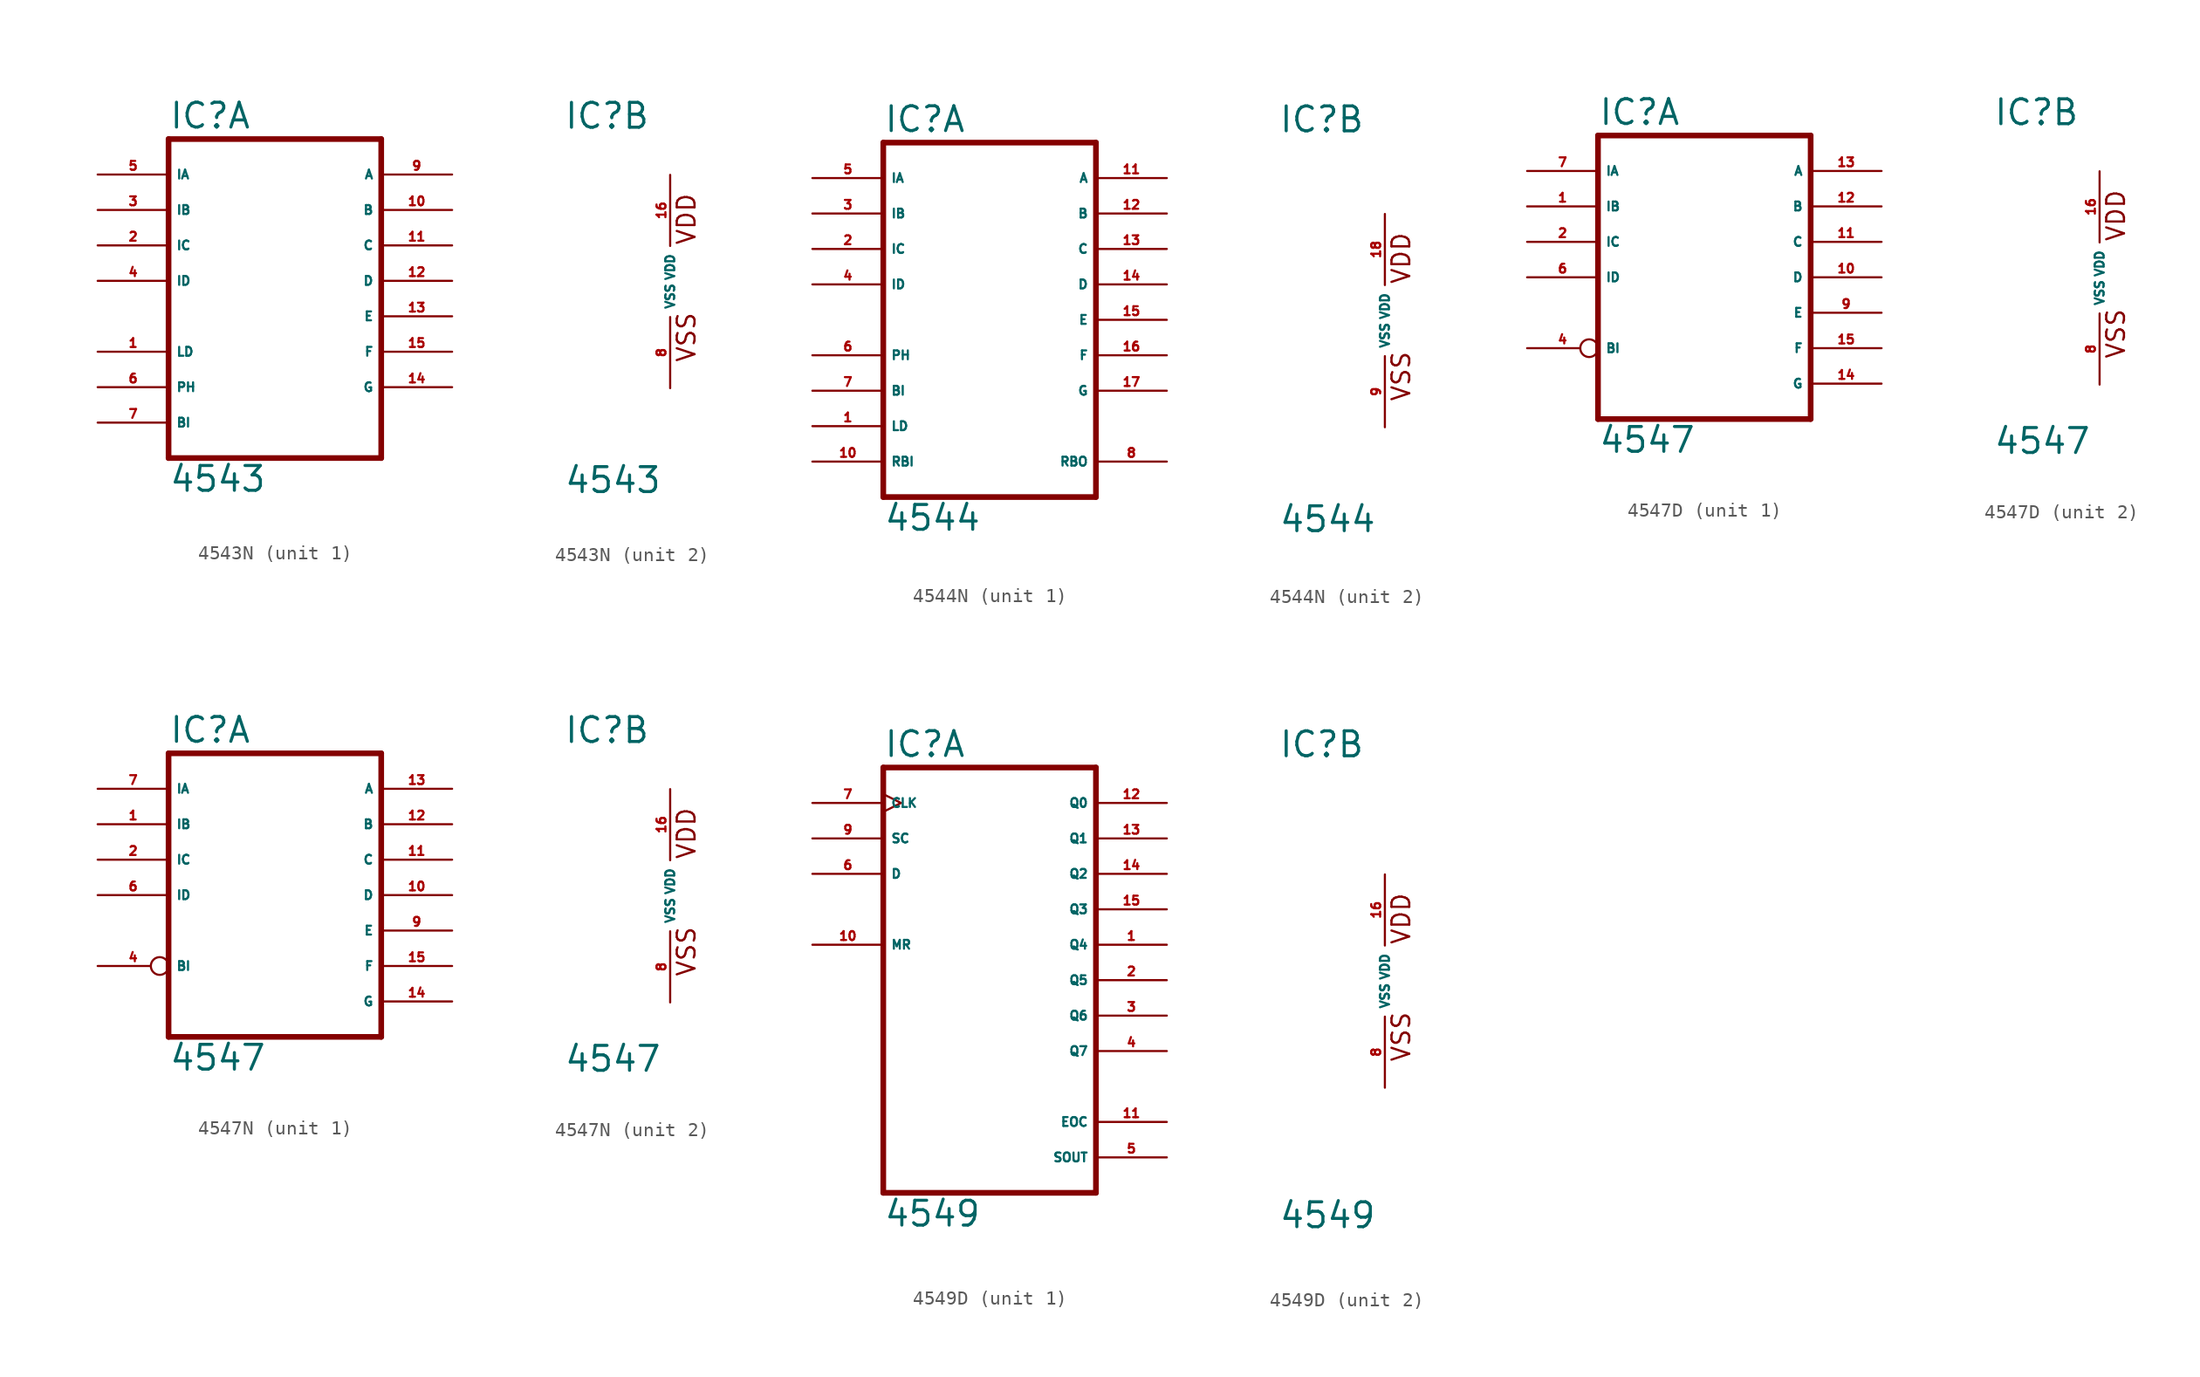
<source format=kicad_sym>
(kicad_symbol_lib
  (version 20220914)
  (generator Eagle2Kicad)
  (symbol "4543N"
    (property "Reference" "IC"
      (at -7.62 10.795 0)
      (effects (font (size 1.778 1.778) (thickness 0.22)) (justify left bottom)))
    (property "Value" "4543"
      (at -7.62 -15.24 0)
      (effects (font (size 1.778 1.778) (thickness 0.22)) (justify left bottom)))
    (symbol "4543N_1_0"
      (polyline (pts (xy -7.62 -12.7) (xy 7.62 -12.7)) (stroke (width 0.406) (type default)) (fill (type none)))
      (polyline (pts (xy 7.62 -12.7) (xy 7.62 10.16)) (stroke (width 0.406) (type default)) (fill (type none)))
      (polyline (pts (xy 7.62 10.16) (xy -7.62 10.16)) (stroke (width 0.406) (type default)) (fill (type none)))
      (polyline (pts (xy -7.62 10.16) (xy -7.62 -12.7)) (stroke (width 0.406) (type default)) (fill (type none)))
      (pin input line (at -12.7 -5.08 0) (length 5.08) (name "LD" (effects (font (size 0.635 0.635) (thickness 0.08)) (justify left bottom))) (number "1" (effects (font (size 0.635 0.635) (thickness 0.08)) (justify left bottom))))
      (pin input line (at -12.7 2.54 0) (length 5.08) (name "IC" (effects (font (size 0.635 0.635) (thickness 0.08)) (justify left bottom))) (number "2" (effects (font (size 0.635 0.635) (thickness 0.08)) (justify left bottom))))
      (pin input line (at -12.7 5.08 0) (length 5.08) (name "IB" (effects (font (size 0.635 0.635) (thickness 0.08)) (justify left bottom))) (number "3" (effects (font (size 0.635 0.635) (thickness 0.08)) (justify left bottom))))
      (pin input line (at -12.7 0 0) (length 5.08) (name "ID" (effects (font (size 0.635 0.635) (thickness 0.08)) (justify left bottom))) (number "4" (effects (font (size 0.635 0.635) (thickness 0.08)) (justify left bottom))))
      (pin input line (at -12.7 7.62 0) (length 5.08) (name "IA" (effects (font (size 0.635 0.635) (thickness 0.08)) (justify left bottom))) (number "5" (effects (font (size 0.635 0.635) (thickness 0.08)) (justify left bottom))))
      (pin input line (at -12.7 -7.62 0) (length 5.08) (name "PH" (effects (font (size 0.635 0.635) (thickness 0.08)) (justify left bottom))) (number "6" (effects (font (size 0.635 0.635) (thickness 0.08)) (justify left bottom))))
      (pin input line (at -12.7 -10.16 0) (length 5.08) (name "BI" (effects (font (size 0.635 0.635) (thickness 0.08)) (justify left bottom))) (number "7" (effects (font (size 0.635 0.635) (thickness 0.08)) (justify left bottom))))
      (pin output line (at 12.7 7.62 180) (length 5.08) (name "A" (effects (font (size 0.635 0.635) (thickness 0.08)) (justify left bottom))) (number "9" (effects (font (size 0.635 0.635) (thickness 0.08)) (justify left bottom))))
      (pin output line (at 12.7 5.08 180) (length 5.08) (name "B" (effects (font (size 0.635 0.635) (thickness 0.08)) (justify left bottom))) (number "10" (effects (font (size 0.635 0.635) (thickness 0.08)) (justify left bottom))))
      (pin output line (at 12.7 2.54 180) (length 5.08) (name "C" (effects (font (size 0.635 0.635) (thickness 0.08)) (justify left bottom))) (number "11" (effects (font (size 0.635 0.635) (thickness 0.08)) (justify left bottom))))
      (pin output line (at 12.7 0 180) (length 5.08) (name "D" (effects (font (size 0.635 0.635) (thickness 0.08)) (justify left bottom))) (number "12" (effects (font (size 0.635 0.635) (thickness 0.08)) (justify left bottom))))
      (pin output line (at 12.7 -2.54 180) (length 5.08) (name "E" (effects (font (size 0.635 0.635) (thickness 0.08)) (justify left bottom))) (number "13" (effects (font (size 0.635 0.635) (thickness 0.08)) (justify left bottom))))
      (pin output line (at 12.7 -7.62 180) (length 5.08) (name "G" (effects (font (size 0.635 0.635) (thickness 0.08)) (justify left bottom))) (number "14" (effects (font (size 0.635 0.635) (thickness 0.08)) (justify left bottom))))
      (pin output line (at 12.7 -5.08 180) (length 5.08) (name "F" (effects (font (size 0.635 0.635) (thickness 0.08)) (justify left bottom))) (number "15" (effects (font (size 0.635 0.635) (thickness 0.08)) (justify left bottom)))))
    (symbol "4543N_2_0"
      (text "VDD" (at 1.905 2.54 900) (effects (font (size 1.27 1.27) (thickness 0.16)) (justify left bottom)))
      (text "VSS" (at 1.905 -5.842 900) (effects (font (size 1.27 1.27) (thickness 0.16)) (justify left bottom)))
      (pin unspecified line (at 0 -7.62 90) (length 5.08) (name "VSS" (effects (font (size 0.635 0.635) (thickness 0.08)) (justify left bottom))) (number "8" (effects (font (size 0.635 0.635) (thickness 0.08)) (justify left bottom))))
      (pin unspecified line (at 0 7.62 270) (length 5.08) (name "VDD" (effects (font (size 0.635 0.635) (thickness 0.08)) (justify left bottom))) (number "16" (effects (font (size 0.635 0.635) (thickness 0.08)) (justify left bottom))))))
  (symbol "4544N"
    (property "Reference" "IC"
      (at -7.62 13.335 0)
      (effects (font (size 1.778 1.778) (thickness 0.22)) (justify left bottom)))
    (property "Value" "4544"
      (at -7.62 -15.24 0)
      (effects (font (size 1.778 1.778) (thickness 0.22)) (justify left bottom)))
    (symbol "4544N_1_0"
      (polyline (pts (xy -7.62 -12.7) (xy 7.62 -12.7)) (stroke (width 0.406) (type default)) (fill (type none)))
      (polyline (pts (xy 7.62 -12.7) (xy 7.62 12.7)) (stroke (width 0.406) (type default)) (fill (type none)))
      (polyline (pts (xy 7.62 12.7) (xy -7.62 12.7)) (stroke (width 0.406) (type default)) (fill (type none)))
      (polyline (pts (xy -7.62 12.7) (xy -7.62 -12.7)) (stroke (width 0.406) (type default)) (fill (type none)))
      (pin input line (at -12.7 -7.62 0) (length 5.08) (name "LD" (effects (font (size 0.635 0.635) (thickness 0.08)) (justify left bottom))) (number "1" (effects (font (size 0.635 0.635) (thickness 0.08)) (justify left bottom))))
      (pin input line (at -12.7 5.08 0) (length 5.08) (name "IC" (effects (font (size 0.635 0.635) (thickness 0.08)) (justify left bottom))) (number "2" (effects (font (size 0.635 0.635) (thickness 0.08)) (justify left bottom))))
      (pin input line (at -12.7 7.62 0) (length 5.08) (name "IB" (effects (font (size 0.635 0.635) (thickness 0.08)) (justify left bottom))) (number "3" (effects (font (size 0.635 0.635) (thickness 0.08)) (justify left bottom))))
      (pin input line (at -12.7 2.54 0) (length 5.08) (name "ID" (effects (font (size 0.635 0.635) (thickness 0.08)) (justify left bottom))) (number "4" (effects (font (size 0.635 0.635) (thickness 0.08)) (justify left bottom))))
      (pin input line (at -12.7 10.16 0) (length 5.08) (name "IA" (effects (font (size 0.635 0.635) (thickness 0.08)) (justify left bottom))) (number "5" (effects (font (size 0.635 0.635) (thickness 0.08)) (justify left bottom))))
      (pin input line (at -12.7 -2.54 0) (length 5.08) (name "PH" (effects (font (size 0.635 0.635) (thickness 0.08)) (justify left bottom))) (number "6" (effects (font (size 0.635 0.635) (thickness 0.08)) (justify left bottom))))
      (pin input line (at -12.7 -5.08 0) (length 5.08) (name "BI" (effects (font (size 0.635 0.635) (thickness 0.08)) (justify left bottom))) (number "7" (effects (font (size 0.635 0.635) (thickness 0.08)) (justify left bottom))))
      (pin output line (at 12.7 -10.16 180) (length 5.08) (name "RBO" (effects (font (size 0.635 0.635) (thickness 0.08)) (justify left bottom))) (number "8" (effects (font (size 0.635 0.635) (thickness 0.08)) (justify left bottom))))
      (pin input line (at -12.7 -10.16 0) (length 5.08) (name "RBI" (effects (font (size 0.635 0.635) (thickness 0.08)) (justify left bottom))) (number "10" (effects (font (size 0.635 0.635) (thickness 0.08)) (justify left bottom))))
      (pin output line (at 12.7 10.16 180) (length 5.08) (name "A" (effects (font (size 0.635 0.635) (thickness 0.08)) (justify left bottom))) (number "11" (effects (font (size 0.635 0.635) (thickness 0.08)) (justify left bottom))))
      (pin output line (at 12.7 7.62 180) (length 5.08) (name "B" (effects (font (size 0.635 0.635) (thickness 0.08)) (justify left bottom))) (number "12" (effects (font (size 0.635 0.635) (thickness 0.08)) (justify left bottom))))
      (pin output line (at 12.7 5.08 180) (length 5.08) (name "C" (effects (font (size 0.635 0.635) (thickness 0.08)) (justify left bottom))) (number "13" (effects (font (size 0.635 0.635) (thickness 0.08)) (justify left bottom))))
      (pin output line (at 12.7 2.54 180) (length 5.08) (name "D" (effects (font (size 0.635 0.635) (thickness 0.08)) (justify left bottom))) (number "14" (effects (font (size 0.635 0.635) (thickness 0.08)) (justify left bottom))))
      (pin output line (at 12.7 0 180) (length 5.08) (name "E" (effects (font (size 0.635 0.635) (thickness 0.08)) (justify left bottom))) (number "15" (effects (font (size 0.635 0.635) (thickness 0.08)) (justify left bottom))))
      (pin output line (at 12.7 -2.54 180) (length 5.08) (name "F" (effects (font (size 0.635 0.635) (thickness 0.08)) (justify left bottom))) (number "16" (effects (font (size 0.635 0.635) (thickness 0.08)) (justify left bottom))))
      (pin output line (at 12.7 -5.08 180) (length 5.08) (name "G" (effects (font (size 0.635 0.635) (thickness 0.08)) (justify left bottom))) (number "17" (effects (font (size 0.635 0.635) (thickness 0.08)) (justify left bottom)))))
    (symbol "4544N_2_0"
      (text "VDD" (at 1.905 2.54 900) (effects (font (size 1.27 1.27) (thickness 0.16)) (justify left bottom)))
      (text "VSS" (at 1.905 -5.842 900) (effects (font (size 1.27 1.27) (thickness 0.16)) (justify left bottom)))
      (pin unspecified line (at 0 -7.62 90) (length 5.08) (name "VSS" (effects (font (size 0.635 0.635) (thickness 0.08)) (justify left bottom))) (number "9" (effects (font (size 0.635 0.635) (thickness 0.08)) (justify left bottom))))
      (pin unspecified line (at 0 7.62 270) (length 5.08) (name "VDD" (effects (font (size 0.635 0.635) (thickness 0.08)) (justify left bottom))) (number "18" (effects (font (size 0.635 0.635) (thickness 0.08)) (justify left bottom))))))
  (symbol "4547D"
    (property "Reference" "IC"
      (at -7.62 10.795 0)
      (effects (font (size 1.778 1.778) (thickness 0.22)) (justify left bottom)))
    (property "Value" "4547"
      (at -7.62 -12.7 0)
      (effects (font (size 1.778 1.778) (thickness 0.22)) (justify left bottom)))
    (symbol "4547D_1_0"
      (polyline (pts (xy -7.62 -10.16) (xy 7.62 -10.16)) (stroke (width 0.406) (type default)) (fill (type none)))
      (polyline (pts (xy 7.62 -10.16) (xy 7.62 10.16)) (stroke (width 0.406) (type default)) (fill (type none)))
      (polyline (pts (xy 7.62 10.16) (xy -7.62 10.16)) (stroke (width 0.406) (type default)) (fill (type none)))
      (polyline (pts (xy -7.62 10.16) (xy -7.62 -10.16)) (stroke (width 0.406) (type default)) (fill (type none)))
      (pin input line (at -12.7 5.08 0) (length 5.08) (name "IB" (effects (font (size 0.635 0.635) (thickness 0.08)) (justify left bottom))) (number "1" (effects (font (size 0.635 0.635) (thickness 0.08)) (justify left bottom))))
      (pin input line (at -12.7 2.54 0) (length 5.08) (name "IC" (effects (font (size 0.635 0.635) (thickness 0.08)) (justify left bottom))) (number "2" (effects (font (size 0.635 0.635) (thickness 0.08)) (justify left bottom))))
      (pin input inverted (at -12.7 -5.08 0) (length 5.08) (name "BI" (effects (font (size 0.635 0.635) (thickness 0.08)) (justify left bottom))) (number "4" (effects (font (size 0.635 0.635) (thickness 0.08)) (justify left bottom))))
      (pin input line (at -12.7 0 0) (length 5.08) (name "ID" (effects (font (size 0.635 0.635) (thickness 0.08)) (justify left bottom))) (number "6" (effects (font (size 0.635 0.635) (thickness 0.08)) (justify left bottom))))
      (pin input line (at -12.7 7.62 0) (length 5.08) (name "IA" (effects (font (size 0.635 0.635) (thickness 0.08)) (justify left bottom))) (number "7" (effects (font (size 0.635 0.635) (thickness 0.08)) (justify left bottom))))
      (pin output line (at 12.7 -2.54 180) (length 5.08) (name "E" (effects (font (size 0.635 0.635) (thickness 0.08)) (justify left bottom))) (number "9" (effects (font (size 0.635 0.635) (thickness 0.08)) (justify left bottom))))
      (pin output line (at 12.7 0 180) (length 5.08) (name "D" (effects (font (size 0.635 0.635) (thickness 0.08)) (justify left bottom))) (number "10" (effects (font (size 0.635 0.635) (thickness 0.08)) (justify left bottom))))
      (pin output line (at 12.7 2.54 180) (length 5.08) (name "C" (effects (font (size 0.635 0.635) (thickness 0.08)) (justify left bottom))) (number "11" (effects (font (size 0.635 0.635) (thickness 0.08)) (justify left bottom))))
      (pin output line (at 12.7 5.08 180) (length 5.08) (name "B" (effects (font (size 0.635 0.635) (thickness 0.08)) (justify left bottom))) (number "12" (effects (font (size 0.635 0.635) (thickness 0.08)) (justify left bottom))))
      (pin output line (at 12.7 7.62 180) (length 5.08) (name "A" (effects (font (size 0.635 0.635) (thickness 0.08)) (justify left bottom))) (number "13" (effects (font (size 0.635 0.635) (thickness 0.08)) (justify left bottom))))
      (pin output line (at 12.7 -7.62 180) (length 5.08) (name "G" (effects (font (size 0.635 0.635) (thickness 0.08)) (justify left bottom))) (number "14" (effects (font (size 0.635 0.635) (thickness 0.08)) (justify left bottom))))
      (pin output line (at 12.7 -5.08 180) (length 5.08) (name "F" (effects (font (size 0.635 0.635) (thickness 0.08)) (justify left bottom))) (number "15" (effects (font (size 0.635 0.635) (thickness 0.08)) (justify left bottom)))))
    (symbol "4547D_2_0"
      (text "VDD" (at 1.905 2.54 900) (effects (font (size 1.27 1.27) (thickness 0.16)) (justify left bottom)))
      (text "VSS" (at 1.905 -5.842 900) (effects (font (size 1.27 1.27) (thickness 0.16)) (justify left bottom)))
      (pin unspecified line (at 0 -7.62 90) (length 5.08) (name "VSS" (effects (font (size 0.635 0.635) (thickness 0.08)) (justify left bottom))) (number "8" (effects (font (size 0.635 0.635) (thickness 0.08)) (justify left bottom))))
      (pin unspecified line (at 0 7.62 270) (length 5.08) (name "VDD" (effects (font (size 0.635 0.635) (thickness 0.08)) (justify left bottom))) (number "16" (effects (font (size 0.635 0.635) (thickness 0.08)) (justify left bottom))))))
  (symbol "4547N"
    (property "Reference" "IC"
      (at -7.62 10.795 0)
      (effects (font (size 1.778 1.778) (thickness 0.22)) (justify left bottom)))
    (property "Value" "4547"
      (at -7.62 -12.7 0)
      (effects (font (size 1.778 1.778) (thickness 0.22)) (justify left bottom)))
    (symbol "4547N_1_0"
      (polyline (pts (xy -7.62 -10.16) (xy 7.62 -10.16)) (stroke (width 0.406) (type default)) (fill (type none)))
      (polyline (pts (xy 7.62 -10.16) (xy 7.62 10.16)) (stroke (width 0.406) (type default)) (fill (type none)))
      (polyline (pts (xy 7.62 10.16) (xy -7.62 10.16)) (stroke (width 0.406) (type default)) (fill (type none)))
      (polyline (pts (xy -7.62 10.16) (xy -7.62 -10.16)) (stroke (width 0.406) (type default)) (fill (type none)))
      (pin input line (at -12.7 5.08 0) (length 5.08) (name "IB" (effects (font (size 0.635 0.635) (thickness 0.08)) (justify left bottom))) (number "1" (effects (font (size 0.635 0.635) (thickness 0.08)) (justify left bottom))))
      (pin input line (at -12.7 2.54 0) (length 5.08) (name "IC" (effects (font (size 0.635 0.635) (thickness 0.08)) (justify left bottom))) (number "2" (effects (font (size 0.635 0.635) (thickness 0.08)) (justify left bottom))))
      (pin input inverted (at -12.7 -5.08 0) (length 5.08) (name "BI" (effects (font (size 0.635 0.635) (thickness 0.08)) (justify left bottom))) (number "4" (effects (font (size 0.635 0.635) (thickness 0.08)) (justify left bottom))))
      (pin input line (at -12.7 0 0) (length 5.08) (name "ID" (effects (font (size 0.635 0.635) (thickness 0.08)) (justify left bottom))) (number "6" (effects (font (size 0.635 0.635) (thickness 0.08)) (justify left bottom))))
      (pin input line (at -12.7 7.62 0) (length 5.08) (name "IA" (effects (font (size 0.635 0.635) (thickness 0.08)) (justify left bottom))) (number "7" (effects (font (size 0.635 0.635) (thickness 0.08)) (justify left bottom))))
      (pin output line (at 12.7 -2.54 180) (length 5.08) (name "E" (effects (font (size 0.635 0.635) (thickness 0.08)) (justify left bottom))) (number "9" (effects (font (size 0.635 0.635) (thickness 0.08)) (justify left bottom))))
      (pin output line (at 12.7 0 180) (length 5.08) (name "D" (effects (font (size 0.635 0.635) (thickness 0.08)) (justify left bottom))) (number "10" (effects (font (size 0.635 0.635) (thickness 0.08)) (justify left bottom))))
      (pin output line (at 12.7 2.54 180) (length 5.08) (name "C" (effects (font (size 0.635 0.635) (thickness 0.08)) (justify left bottom))) (number "11" (effects (font (size 0.635 0.635) (thickness 0.08)) (justify left bottom))))
      (pin output line (at 12.7 5.08 180) (length 5.08) (name "B" (effects (font (size 0.635 0.635) (thickness 0.08)) (justify left bottom))) (number "12" (effects (font (size 0.635 0.635) (thickness 0.08)) (justify left bottom))))
      (pin output line (at 12.7 7.62 180) (length 5.08) (name "A" (effects (font (size 0.635 0.635) (thickness 0.08)) (justify left bottom))) (number "13" (effects (font (size 0.635 0.635) (thickness 0.08)) (justify left bottom))))
      (pin output line (at 12.7 -7.62 180) (length 5.08) (name "G" (effects (font (size 0.635 0.635) (thickness 0.08)) (justify left bottom))) (number "14" (effects (font (size 0.635 0.635) (thickness 0.08)) (justify left bottom))))
      (pin output line (at 12.7 -5.08 180) (length 5.08) (name "F" (effects (font (size 0.635 0.635) (thickness 0.08)) (justify left bottom))) (number "15" (effects (font (size 0.635 0.635) (thickness 0.08)) (justify left bottom)))))
    (symbol "4547N_2_0"
      (text "VDD" (at 1.905 2.54 900) (effects (font (size 1.27 1.27) (thickness 0.16)) (justify left bottom)))
      (text "VSS" (at 1.905 -5.842 900) (effects (font (size 1.27 1.27) (thickness 0.16)) (justify left bottom)))
      (pin unspecified line (at 0 -7.62 90) (length 5.08) (name "VSS" (effects (font (size 0.635 0.635) (thickness 0.08)) (justify left bottom))) (number "8" (effects (font (size 0.635 0.635) (thickness 0.08)) (justify left bottom))))
      (pin unspecified line (at 0 7.62 270) (length 5.08) (name "VDD" (effects (font (size 0.635 0.635) (thickness 0.08)) (justify left bottom))) (number "16" (effects (font (size 0.635 0.635) (thickness 0.08)) (justify left bottom))))))
  (symbol "4549D"
    (property "Reference" "IC"
      (at -7.62 15.875 0)
      (effects (font (size 1.778 1.778) (thickness 0.22)) (justify left bottom)))
    (property "Value" "4549"
      (at -7.62 -17.78 0)
      (effects (font (size 1.778 1.778) (thickness 0.22)) (justify left bottom)))
    (symbol "4549D_1_0"
      (polyline (pts (xy -7.62 -15.24) (xy 7.62 -15.24)) (stroke (width 0.406) (type default)) (fill (type none)))
      (polyline (pts (xy 7.62 -15.24) (xy 7.62 15.24)) (stroke (width 0.406) (type default)) (fill (type none)))
      (polyline (pts (xy 7.62 15.24) (xy -7.62 15.24)) (stroke (width 0.406) (type default)) (fill (type none)))
      (polyline (pts (xy -7.62 15.24) (xy -7.62 -15.24)) (stroke (width 0.406) (type default)) (fill (type none)))
      (pin output line (at 12.7 2.54 180) (length 5.08) (name "Q4" (effects (font (size 0.635 0.635) (thickness 0.08)) (justify left bottom))) (number "1" (effects (font (size 0.635 0.635) (thickness 0.08)) (justify left bottom))))
      (pin output line (at 12.7 0 180) (length 5.08) (name "Q5" (effects (font (size 0.635 0.635) (thickness 0.08)) (justify left bottom))) (number "2" (effects (font (size 0.635 0.635) (thickness 0.08)) (justify left bottom))))
      (pin output line (at 12.7 -2.54 180) (length 5.08) (name "Q6" (effects (font (size 0.635 0.635) (thickness 0.08)) (justify left bottom))) (number "3" (effects (font (size 0.635 0.635) (thickness 0.08)) (justify left bottom))))
      (pin output line (at 12.7 -5.08 180) (length 5.08) (name "Q7" (effects (font (size 0.635 0.635) (thickness 0.08)) (justify left bottom))) (number "4" (effects (font (size 0.635 0.635) (thickness 0.08)) (justify left bottom))))
      (pin output line (at 12.7 -12.7 180) (length 5.08) (name "SOUT" (effects (font (size 0.635 0.635) (thickness 0.08)) (justify left bottom))) (number "5" (effects (font (size 0.635 0.635) (thickness 0.08)) (justify left bottom))))
      (pin input line (at -12.7 7.62 0) (length 5.08) (name "D" (effects (font (size 0.635 0.635) (thickness 0.08)) (justify left bottom))) (number "6" (effects (font (size 0.635 0.635) (thickness 0.08)) (justify left bottom))))
      (pin input clock (at -12.7 12.7 0) (length 5.08) (name "CLK" (effects (font (size 0.635 0.635) (thickness 0.08)) (justify left bottom))) (number "7" (effects (font (size 0.635 0.635) (thickness 0.08)) (justify left bottom))))
      (pin input line (at -12.7 10.16 0) (length 5.08) (name "SC" (effects (font (size 0.635 0.635) (thickness 0.08)) (justify left bottom))) (number "9" (effects (font (size 0.635 0.635) (thickness 0.08)) (justify left bottom))))
      (pin input line (at -12.7 2.54 0) (length 5.08) (name "MR" (effects (font (size 0.635 0.635) (thickness 0.08)) (justify left bottom))) (number "10" (effects (font (size 0.635 0.635) (thickness 0.08)) (justify left bottom))))
      (pin output line (at 12.7 -10.16 180) (length 5.08) (name "EOC" (effects (font (size 0.635 0.635) (thickness 0.08)) (justify left bottom))) (number "11" (effects (font (size 0.635 0.635) (thickness 0.08)) (justify left bottom))))
      (pin output line (at 12.7 12.7 180) (length 5.08) (name "Q0" (effects (font (size 0.635 0.635) (thickness 0.08)) (justify left bottom))) (number "12" (effects (font (size 0.635 0.635) (thickness 0.08)) (justify left bottom))))
      (pin output line (at 12.7 10.16 180) (length 5.08) (name "Q1" (effects (font (size 0.635 0.635) (thickness 0.08)) (justify left bottom))) (number "13" (effects (font (size 0.635 0.635) (thickness 0.08)) (justify left bottom))))
      (pin output line (at 12.7 7.62 180) (length 5.08) (name "Q2" (effects (font (size 0.635 0.635) (thickness 0.08)) (justify left bottom))) (number "14" (effects (font (size 0.635 0.635) (thickness 0.08)) (justify left bottom))))
      (pin output line (at 12.7 5.08 180) (length 5.08) (name "Q3" (effects (font (size 0.635 0.635) (thickness 0.08)) (justify left bottom))) (number "15" (effects (font (size 0.635 0.635) (thickness 0.08)) (justify left bottom)))))
    (symbol "4549D_2_0"
      (text "VDD" (at 1.905 2.54 900) (effects (font (size 1.27 1.27) (thickness 0.16)) (justify left bottom)))
      (text "VSS" (at 1.905 -5.842 900) (effects (font (size 1.27 1.27) (thickness 0.16)) (justify left bottom)))
      (pin unspecified line (at 0 -7.62 90) (length 5.08) (name "VSS" (effects (font (size 0.635 0.635) (thickness 0.08)) (justify left bottom))) (number "8" (effects (font (size 0.635 0.635) (thickness 0.08)) (justify left bottom))))
      (pin unspecified line (at 0 7.62 270) (length 5.08) (name "VDD" (effects (font (size 0.635 0.635) (thickness 0.08)) (justify left bottom))) (number "16" (effects (font (size 0.635 0.635) (thickness 0.08)) (justify left bottom)))))))
</source>
